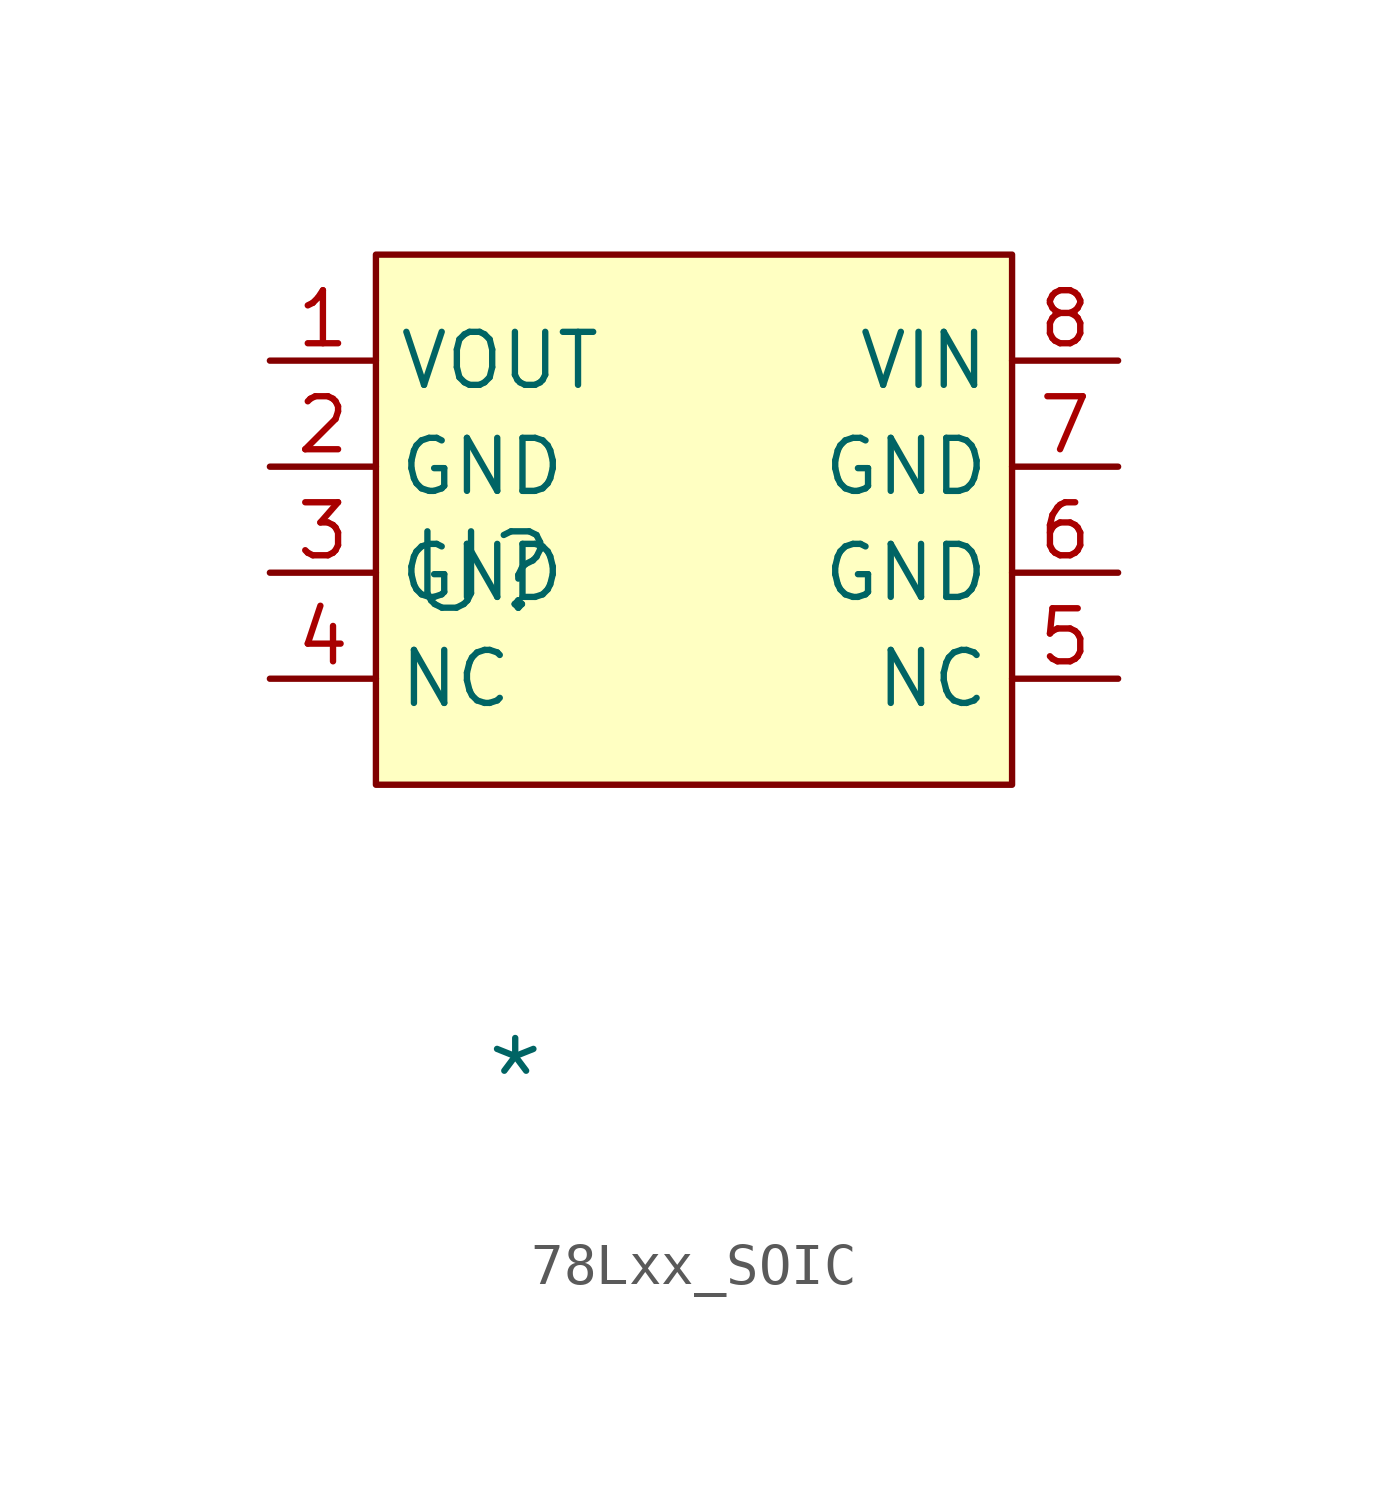
<source format=kicad_sym>
(kicad_symbol_lib
  (version 20241209)
  (generator "kicad_symbol_editor")
  (generator_version "9.0")
  (symbol "78Lxx_SOIC"
    (property "Reference" "U"
      (at 0 0 0)
      (effects (font (size 1.829 1.829))))
    (property "Value" "*"
      (at 0 -13.208 0)
      (effects (font (size 1.829 1.829)) (justify left bottom)))
    (symbol "78Lxx_SOIC_1_0"
      (rectangle (start 12.7 7.62) (end -2.54 -5.08) (stroke (width 0) (type solid) (color 128 0 0 1)) (fill (type background)))
      (pin output line (at -5.08 5.08 0) (length 2.54) (name "VOUT" (effects (font (size 1.27 1.27)))) (number "1" (effects (font (size 1.27 1.27)))))
      (pin power_in line (at -5.08 2.54 0) (length 2.54) (name "GND" (effects (font (size 1.27 1.27)))) (number "2" (effects (font (size 1.27 1.27)))))
      (pin power_in line (at -5.08 0 0) (length 2.54) (name "GND" (effects (font (size 1.27 1.27)))) (number "3" (effects (font (size 1.27 1.27)))))
      (pin power_in line (at -5.08 -2.54 0) (length 2.54) (name "NC" (effects (font (size 1.27 1.27)))) (number "4" (effects (font (size 1.27 1.27)))))
      (pin input line (at 15.24 5.08 180) (length 2.54) (name "VIN" (effects (font (size 1.27 1.27)))) (number "8" (effects (font (size 1.27 1.27)))))
      (pin power_in line (at 15.24 2.54 180) (length 2.54) (name "GND" (effects (font (size 1.27 1.27)))) (number "7" (effects (font (size 1.27 1.27)))))
      (pin power_in line (at 15.24 0 180) (length 2.54) (name "GND" (effects (font (size 1.27 1.27)))) (number "6" (effects (font (size 1.27 1.27)))))
      (pin power_in line (at 15.24 -2.54 180) (length 2.54) (name "NC" (effects (font (size 1.27 1.27)))) (number "5" (effects (font (size 1.27 1.27))))))))
</source>
